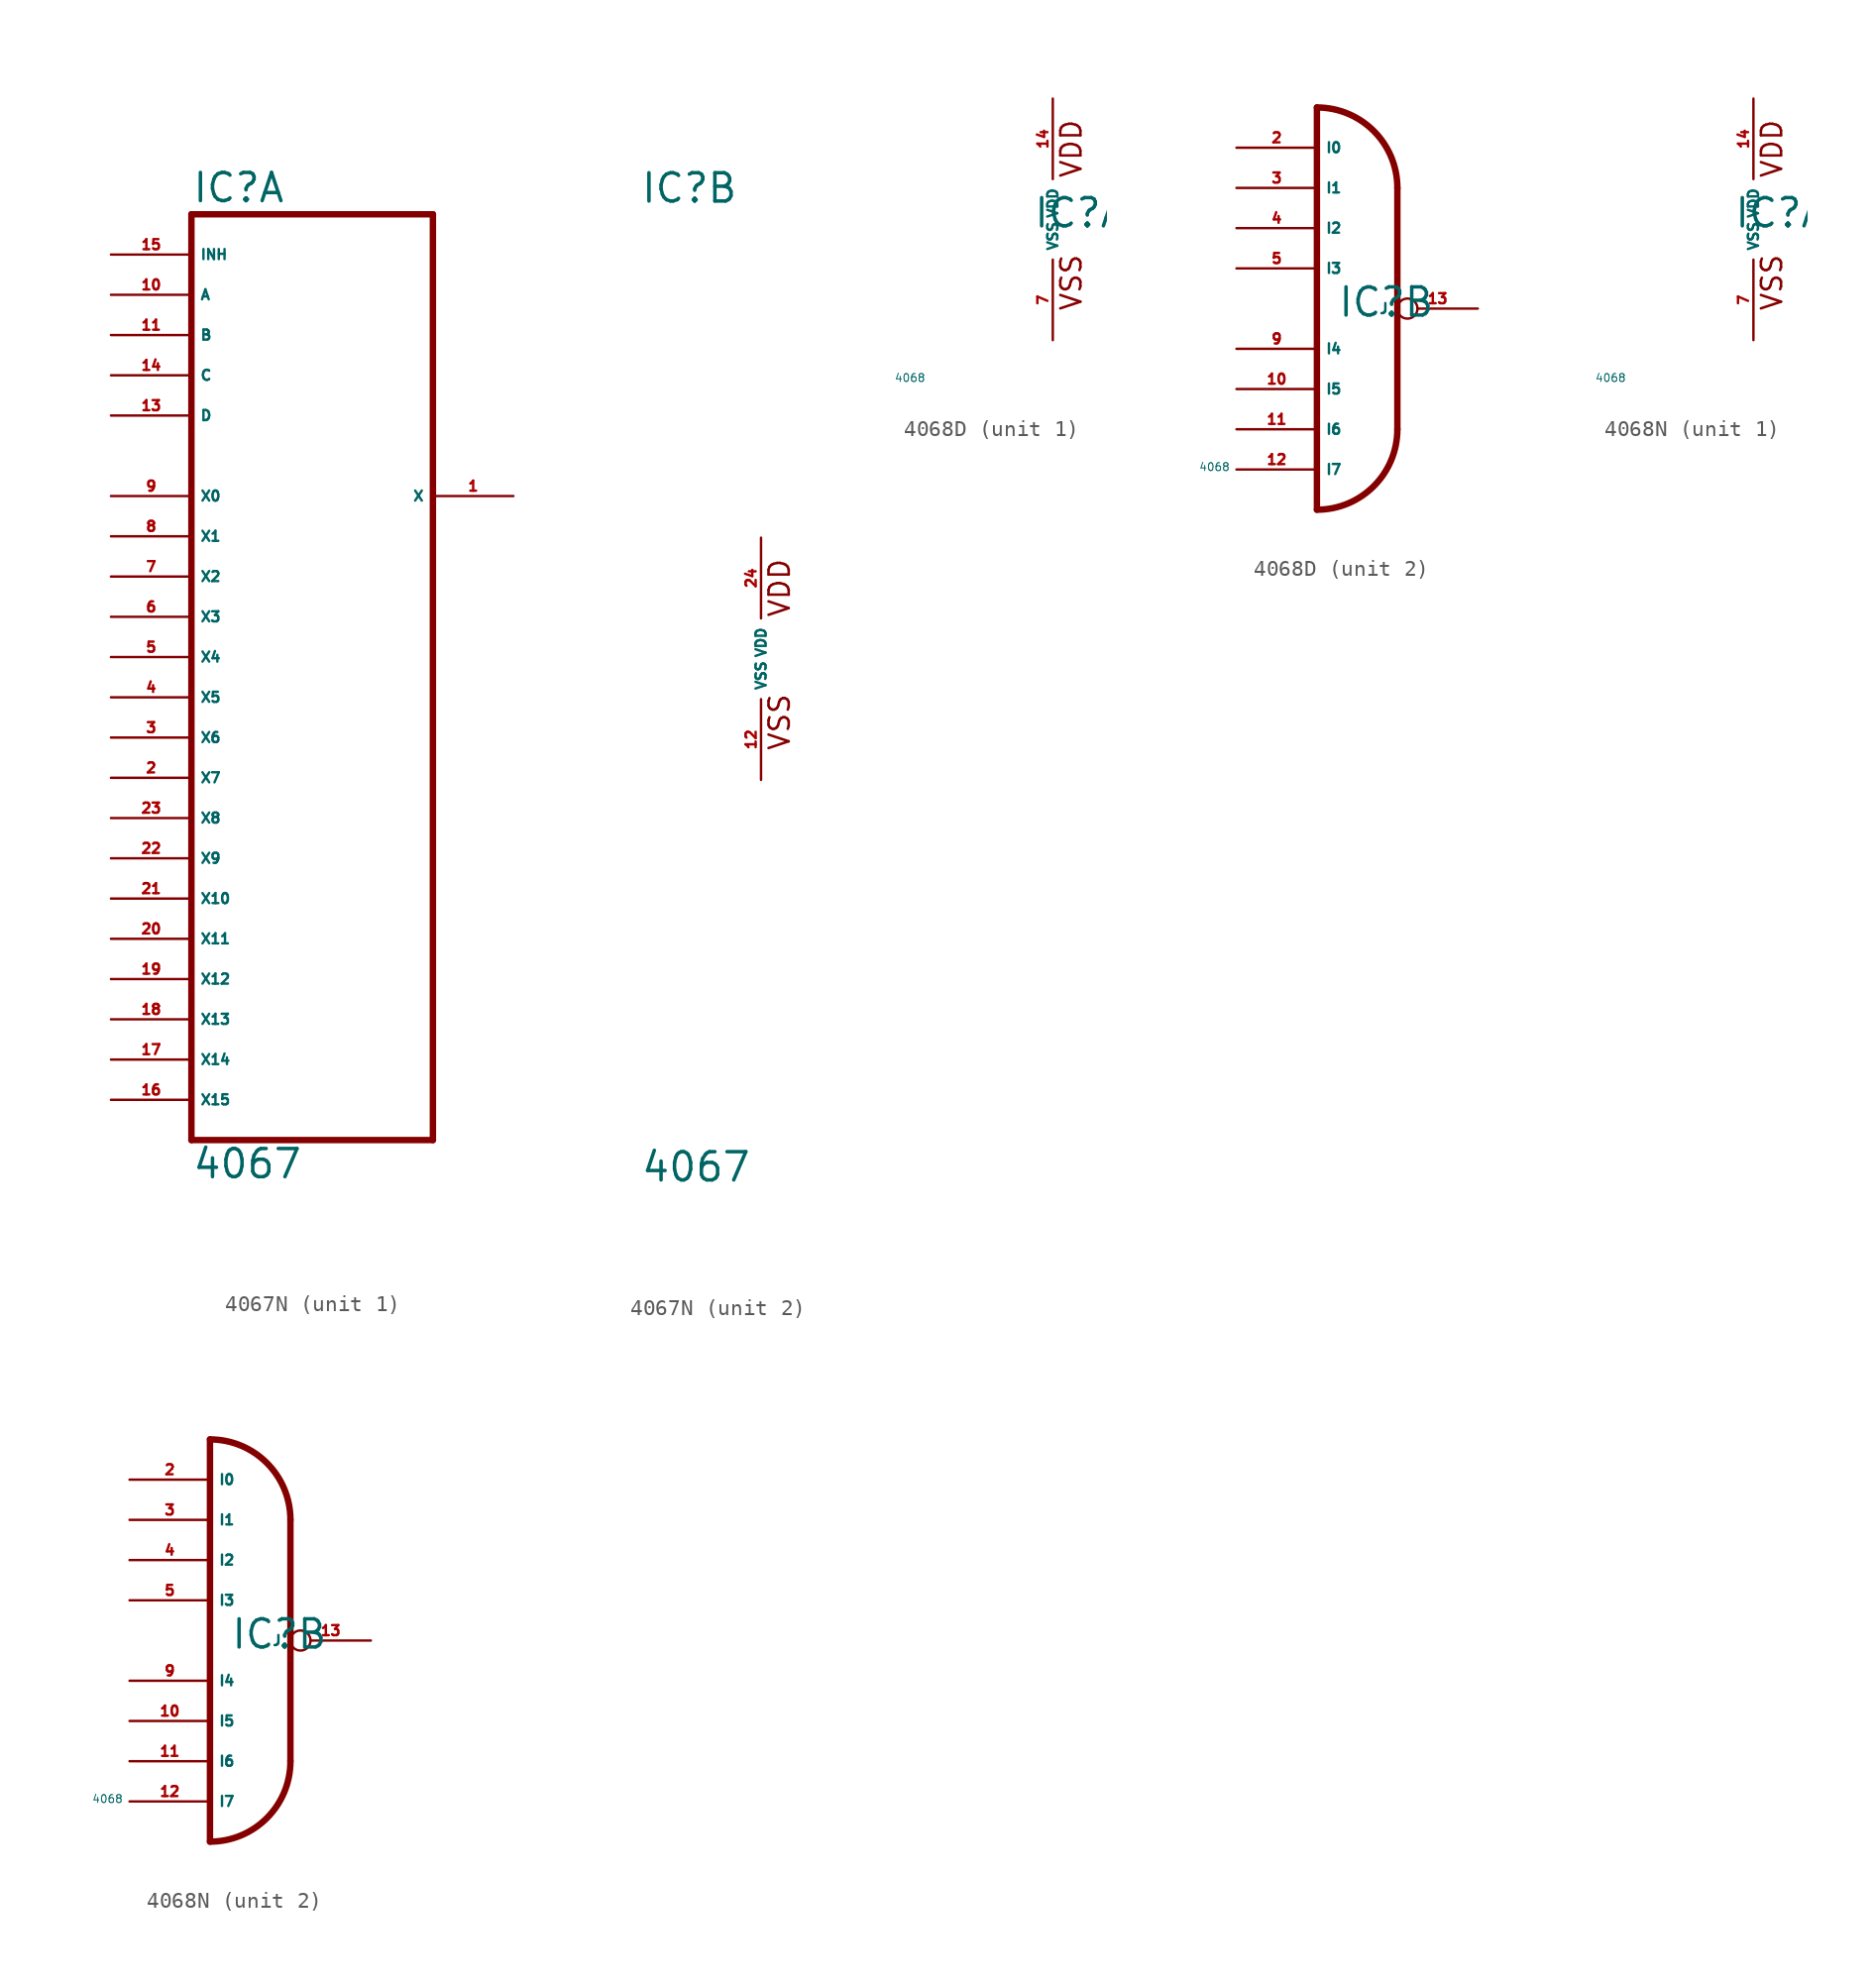
<source format=kicad_sym>
(kicad_symbol_lib
  (version 20220914)
  (generator Eagle2Kicad)
  (symbol "4067N"
    (property "Reference" "IC"
      (at -7.62 28.575 0)
      (effects (font (size 1.778 1.778) (thickness 0.22)) (justify left bottom)))
    (property "Value" "4067"
      (at -7.62 -33.02 0)
      (effects (font (size 1.778 1.778) (thickness 0.22)) (justify left bottom)))
    (symbol "4067N_1_0"
      (polyline (pts (xy -7.62 27.94) (xy -7.62 -30.48)) (stroke (width 0.406) (type default)) (fill (type none)))
      (polyline (pts (xy -7.62 -30.48) (xy 7.62 -30.48)) (stroke (width 0.406) (type default)) (fill (type none)))
      (polyline (pts (xy 7.62 -30.48) (xy 7.62 27.94)) (stroke (width 0.406) (type default)) (fill (type none)))
      (polyline (pts (xy 7.62 27.94) (xy -7.62 27.94)) (stroke (width 0.406) (type default)) (fill (type none)))
      (pin input line (at -12.7 22.86 0) (length 5.08) (name "A" (effects (font (size 0.635 0.635) (thickness 0.08)) (justify left bottom))) (number "10" (effects (font (size 0.635 0.635) (thickness 0.08)) (justify left bottom))))
      (pin input line (at -12.7 20.32 0) (length 5.08) (name "B" (effects (font (size 0.635 0.635) (thickness 0.08)) (justify left bottom))) (number "11" (effects (font (size 0.635 0.635) (thickness 0.08)) (justify left bottom))))
      (pin input line (at -12.7 17.78 0) (length 5.08) (name "C" (effects (font (size 0.635 0.635) (thickness 0.08)) (justify left bottom))) (number "14" (effects (font (size 0.635 0.635) (thickness 0.08)) (justify left bottom))))
      (pin input line (at -12.7 15.24 0) (length 5.08) (name "D" (effects (font (size 0.635 0.635) (thickness 0.08)) (justify left bottom))) (number "13" (effects (font (size 0.635 0.635) (thickness 0.08)) (justify left bottom))))
      (pin input line (at -12.7 10.16 0) (length 5.08) (name "X0" (effects (font (size 0.635 0.635) (thickness 0.08)) (justify left bottom))) (number "9" (effects (font (size 0.635 0.635) (thickness 0.08)) (justify left bottom))))
      (pin input line (at -12.7 7.62 0) (length 5.08) (name "X1" (effects (font (size 0.635 0.635) (thickness 0.08)) (justify left bottom))) (number "8" (effects (font (size 0.635 0.635) (thickness 0.08)) (justify left bottom))))
      (pin input line (at -12.7 5.08 0) (length 5.08) (name "X2" (effects (font (size 0.635 0.635) (thickness 0.08)) (justify left bottom))) (number "7" (effects (font (size 0.635 0.635) (thickness 0.08)) (justify left bottom))))
      (pin input line (at -12.7 2.54 0) (length 5.08) (name "X3" (effects (font (size 0.635 0.635) (thickness 0.08)) (justify left bottom))) (number "6" (effects (font (size 0.635 0.635) (thickness 0.08)) (justify left bottom))))
      (pin input line (at -12.7 0 0) (length 5.08) (name "X4" (effects (font (size 0.635 0.635) (thickness 0.08)) (justify left bottom))) (number "5" (effects (font (size 0.635 0.635) (thickness 0.08)) (justify left bottom))))
      (pin input line (at -12.7 -2.54 0) (length 5.08) (name "X5" (effects (font (size 0.635 0.635) (thickness 0.08)) (justify left bottom))) (number "4" (effects (font (size 0.635 0.635) (thickness 0.08)) (justify left bottom))))
      (pin input line (at -12.7 -5.08 0) (length 5.08) (name "X6" (effects (font (size 0.635 0.635) (thickness 0.08)) (justify left bottom))) (number "3" (effects (font (size 0.635 0.635) (thickness 0.08)) (justify left bottom))))
      (pin input line (at -12.7 -7.62 0) (length 5.08) (name "X7" (effects (font (size 0.635 0.635) (thickness 0.08)) (justify left bottom))) (number "2" (effects (font (size 0.635 0.635) (thickness 0.08)) (justify left bottom))))
      (pin input line (at -12.7 -10.16 0) (length 5.08) (name "X8" (effects (font (size 0.635 0.635) (thickness 0.08)) (justify left bottom))) (number "23" (effects (font (size 0.635 0.635) (thickness 0.08)) (justify left bottom))))
      (pin input line (at -12.7 -12.7 0) (length 5.08) (name "X9" (effects (font (size 0.635 0.635) (thickness 0.08)) (justify left bottom))) (number "22" (effects (font (size 0.635 0.635) (thickness 0.08)) (justify left bottom))))
      (pin input line (at -12.7 -15.24 0) (length 5.08) (name "X10" (effects (font (size 0.635 0.635) (thickness 0.08)) (justify left bottom))) (number "21" (effects (font (size 0.635 0.635) (thickness 0.08)) (justify left bottom))))
      (pin input line (at -12.7 -17.78 0) (length 5.08) (name "X11" (effects (font (size 0.635 0.635) (thickness 0.08)) (justify left bottom))) (number "20" (effects (font (size 0.635 0.635) (thickness 0.08)) (justify left bottom))))
      (pin input line (at -12.7 -20.32 0) (length 5.08) (name "X12" (effects (font (size 0.635 0.635) (thickness 0.08)) (justify left bottom))) (number "19" (effects (font (size 0.635 0.635) (thickness 0.08)) (justify left bottom))))
      (pin input line (at -12.7 -22.86 0) (length 5.08) (name "X13" (effects (font (size 0.635 0.635) (thickness 0.08)) (justify left bottom))) (number "18" (effects (font (size 0.635 0.635) (thickness 0.08)) (justify left bottom))))
      (pin input line (at -12.7 -25.4 0) (length 5.08) (name "X14" (effects (font (size 0.635 0.635) (thickness 0.08)) (justify left bottom))) (number "17" (effects (font (size 0.635 0.635) (thickness 0.08)) (justify left bottom))))
      (pin input line (at -12.7 -27.94 0) (length 5.08) (name "X15" (effects (font (size 0.635 0.635) (thickness 0.08)) (justify left bottom))) (number "16" (effects (font (size 0.635 0.635) (thickness 0.08)) (justify left bottom))))
      (pin output line (at 12.7 10.16 180) (length 5.08) (name "X" (effects (font (size 0.635 0.635) (thickness 0.08)) (justify left bottom))) (number "1" (effects (font (size 0.635 0.635) (thickness 0.08)) (justify left bottom))))
      (pin input line (at -12.7 25.4 0) (length 5.08) (name "INH" (effects (font (size 0.635 0.635) (thickness 0.08)) (justify left bottom))) (number "15" (effects (font (size 0.635 0.635) (thickness 0.08)) (justify left bottom)))))
    (symbol "4067N_2_0"
      (text "VDD" (at 1.905 2.54 900) (effects (font (size 1.27 1.27) (thickness 0.16)) (justify left bottom)))
      (text "VSS" (at 1.905 -5.842 900) (effects (font (size 1.27 1.27) (thickness 0.16)) (justify left bottom)))
      (pin unspecified line (at 0 -7.62 90) (length 5.08) (name "VSS" (effects (font (size 0.635 0.635) (thickness 0.08)) (justify left bottom))) (number "12" (effects (font (size 0.635 0.635) (thickness 0.08)) (justify left bottom))))
      (pin unspecified line (at 0 7.62 270) (length 5.08) (name "VDD" (effects (font (size 0.635 0.635) (thickness 0.08)) (justify left bottom))) (number "24" (effects (font (size 0.635 0.635) (thickness 0.08)) (justify left bottom))))))
  (symbol "4068D"
    (property "Reference" "IC"
      (at -1.27 -0.635 0)
      (effects (font (size 1.778 1.778) (thickness 0.22)) (justify left bottom)))
    (property "Value" "4068"
      (at -10 -10 0)
      (effects (font (size 0.5 0.5) (thickness 0.06)) (justify left)))
    (symbol "4068D_1_0"
      (text "VDD" (at 1.905 2.54 900) (effects (font (size 1.27 1.27) (thickness 0.16)) (justify left bottom)))
      (text "VSS" (at 1.905 -5.842 900) (effects (font (size 1.27 1.27) (thickness 0.16)) (justify left bottom)))
      (pin unspecified line (at 0 -7.62 90) (length 5.08) (name "VSS" (effects (font (size 0.635 0.635) (thickness 0.08)) (justify left bottom))) (number "7" (effects (font (size 0.635 0.635) (thickness 0.08)) (justify left bottom))))
      (pin unspecified line (at 0 7.62 270) (length 5.08) (name "VDD" (effects (font (size 0.635 0.635) (thickness 0.08)) (justify left bottom))) (number "14" (effects (font (size 0.635 0.635) (thickness 0.08)) (justify left bottom)))))
    (symbol "4068D_2_0"
      (polyline (pts (xy -2.54 -12.7) (xy -2.54 12.7)) (stroke (width 0.406) (type default)) (fill (type none)))
      (arc (start 2.54 7.62) (mid 1.052 11.212) (end -2.54 12.7) (stroke (width 0.4064) (type default)) (fill (type none)))
      (arc (start -2.54 -12.7) (mid 1.052 -11.212) (end 2.54 -7.62) (stroke (width 0.4064) (type default)) (fill (type none)))
      (polyline (pts (xy 2.54 7.62) (xy 2.54 -7.62)) (stroke (width 0.406) (type default)) (fill (type none)))
      (pin input line (at -7.62 10.16 0) (length 5.08) (name "I0" (effects (font (size 0.635 0.635) (thickness 0.08)) (justify left bottom))) (number "2" (effects (font (size 0.635 0.635) (thickness 0.08)) (justify left bottom))))
      (pin input line (at -7.62 7.62 0) (length 5.08) (name "I1" (effects (font (size 0.635 0.635) (thickness 0.08)) (justify left bottom))) (number "3" (effects (font (size 0.635 0.635) (thickness 0.08)) (justify left bottom))))
      (pin input line (at -7.62 5.08 0) (length 5.08) (name "I2" (effects (font (size 0.635 0.635) (thickness 0.08)) (justify left bottom))) (number "4" (effects (font (size 0.635 0.635) (thickness 0.08)) (justify left bottom))))
      (pin input line (at -7.62 2.54 0) (length 5.08) (name "I3" (effects (font (size 0.635 0.635) (thickness 0.08)) (justify left bottom))) (number "5" (effects (font (size 0.635 0.635) (thickness 0.08)) (justify left bottom))))
      (pin input line (at -7.62 -2.54 0) (length 5.08) (name "I4" (effects (font (size 0.635 0.635) (thickness 0.08)) (justify left bottom))) (number "9" (effects (font (size 0.635 0.635) (thickness 0.08)) (justify left bottom))))
      (pin input line (at -7.62 -5.08 0) (length 5.08) (name "I5" (effects (font (size 0.635 0.635) (thickness 0.08)) (justify left bottom))) (number "10" (effects (font (size 0.635 0.635) (thickness 0.08)) (justify left bottom))))
      (pin input line (at -7.62 -7.62 0) (length 5.08) (name "I6" (effects (font (size 0.635 0.635) (thickness 0.08)) (justify left bottom))) (number "11" (effects (font (size 0.635 0.635) (thickness 0.08)) (justify left bottom))))
      (pin input line (at -7.62 -10.16 0) (length 5.08) (name "I7" (effects (font (size 0.635 0.635) (thickness 0.08)) (justify left bottom))) (number "12" (effects (font (size 0.635 0.635) (thickness 0.08)) (justify left bottom))))
      (pin output inverted (at 7.62 0 180) (length 5.08) (name "J" (effects (font (size 0.635 0.635) (thickness 0.08)) (justify left bottom))) (number "13" (effects (font (size 0.635 0.635) (thickness 0.08)) (justify left bottom))))))
  (symbol "4068N"
    (property "Reference" "IC"
      (at -1.27 -0.635 0)
      (effects (font (size 1.778 1.778) (thickness 0.22)) (justify left bottom)))
    (property "Value" "4068"
      (at -10 -10 0)
      (effects (font (size 0.5 0.5) (thickness 0.06)) (justify left)))
    (symbol "4068N_1_0"
      (text "VDD" (at 1.905 2.54 900) (effects (font (size 1.27 1.27) (thickness 0.16)) (justify left bottom)))
      (text "VSS" (at 1.905 -5.842 900) (effects (font (size 1.27 1.27) (thickness 0.16)) (justify left bottom)))
      (pin unspecified line (at 0 -7.62 90) (length 5.08) (name "VSS" (effects (font (size 0.635 0.635) (thickness 0.08)) (justify left bottom))) (number "7" (effects (font (size 0.635 0.635) (thickness 0.08)) (justify left bottom))))
      (pin unspecified line (at 0 7.62 270) (length 5.08) (name "VDD" (effects (font (size 0.635 0.635) (thickness 0.08)) (justify left bottom))) (number "14" (effects (font (size 0.635 0.635) (thickness 0.08)) (justify left bottom)))))
    (symbol "4068N_2_0"
      (polyline (pts (xy -2.54 -12.7) (xy -2.54 12.7)) (stroke (width 0.406) (type default)) (fill (type none)))
      (arc (start 2.54 7.62) (mid 1.052 11.212) (end -2.54 12.7) (stroke (width 0.4064) (type default)) (fill (type none)))
      (arc (start -2.54 -12.7) (mid 1.052 -11.212) (end 2.54 -7.62) (stroke (width 0.4064) (type default)) (fill (type none)))
      (polyline (pts (xy 2.54 7.62) (xy 2.54 -7.62)) (stroke (width 0.406) (type default)) (fill (type none)))
      (pin input line (at -7.62 10.16 0) (length 5.08) (name "I0" (effects (font (size 0.635 0.635) (thickness 0.08)) (justify left bottom))) (number "2" (effects (font (size 0.635 0.635) (thickness 0.08)) (justify left bottom))))
      (pin input line (at -7.62 7.62 0) (length 5.08) (name "I1" (effects (font (size 0.635 0.635) (thickness 0.08)) (justify left bottom))) (number "3" (effects (font (size 0.635 0.635) (thickness 0.08)) (justify left bottom))))
      (pin input line (at -7.62 5.08 0) (length 5.08) (name "I2" (effects (font (size 0.635 0.635) (thickness 0.08)) (justify left bottom))) (number "4" (effects (font (size 0.635 0.635) (thickness 0.08)) (justify left bottom))))
      (pin input line (at -7.62 2.54 0) (length 5.08) (name "I3" (effects (font (size 0.635 0.635) (thickness 0.08)) (justify left bottom))) (number "5" (effects (font (size 0.635 0.635) (thickness 0.08)) (justify left bottom))))
      (pin input line (at -7.62 -2.54 0) (length 5.08) (name "I4" (effects (font (size 0.635 0.635) (thickness 0.08)) (justify left bottom))) (number "9" (effects (font (size 0.635 0.635) (thickness 0.08)) (justify left bottom))))
      (pin input line (at -7.62 -5.08 0) (length 5.08) (name "I5" (effects (font (size 0.635 0.635) (thickness 0.08)) (justify left bottom))) (number "10" (effects (font (size 0.635 0.635) (thickness 0.08)) (justify left bottom))))
      (pin input line (at -7.62 -7.62 0) (length 5.08) (name "I6" (effects (font (size 0.635 0.635) (thickness 0.08)) (justify left bottom))) (number "11" (effects (font (size 0.635 0.635) (thickness 0.08)) (justify left bottom))))
      (pin input line (at -7.62 -10.16 0) (length 5.08) (name "I7" (effects (font (size 0.635 0.635) (thickness 0.08)) (justify left bottom))) (number "12" (effects (font (size 0.635 0.635) (thickness 0.08)) (justify left bottom))))
      (pin output inverted (at 7.62 0 180) (length 5.08) (name "J" (effects (font (size 0.635 0.635) (thickness 0.08)) (justify left bottom))) (number "13" (effects (font (size 0.635 0.635) (thickness 0.08)) (justify left bottom)))))))
</source>
